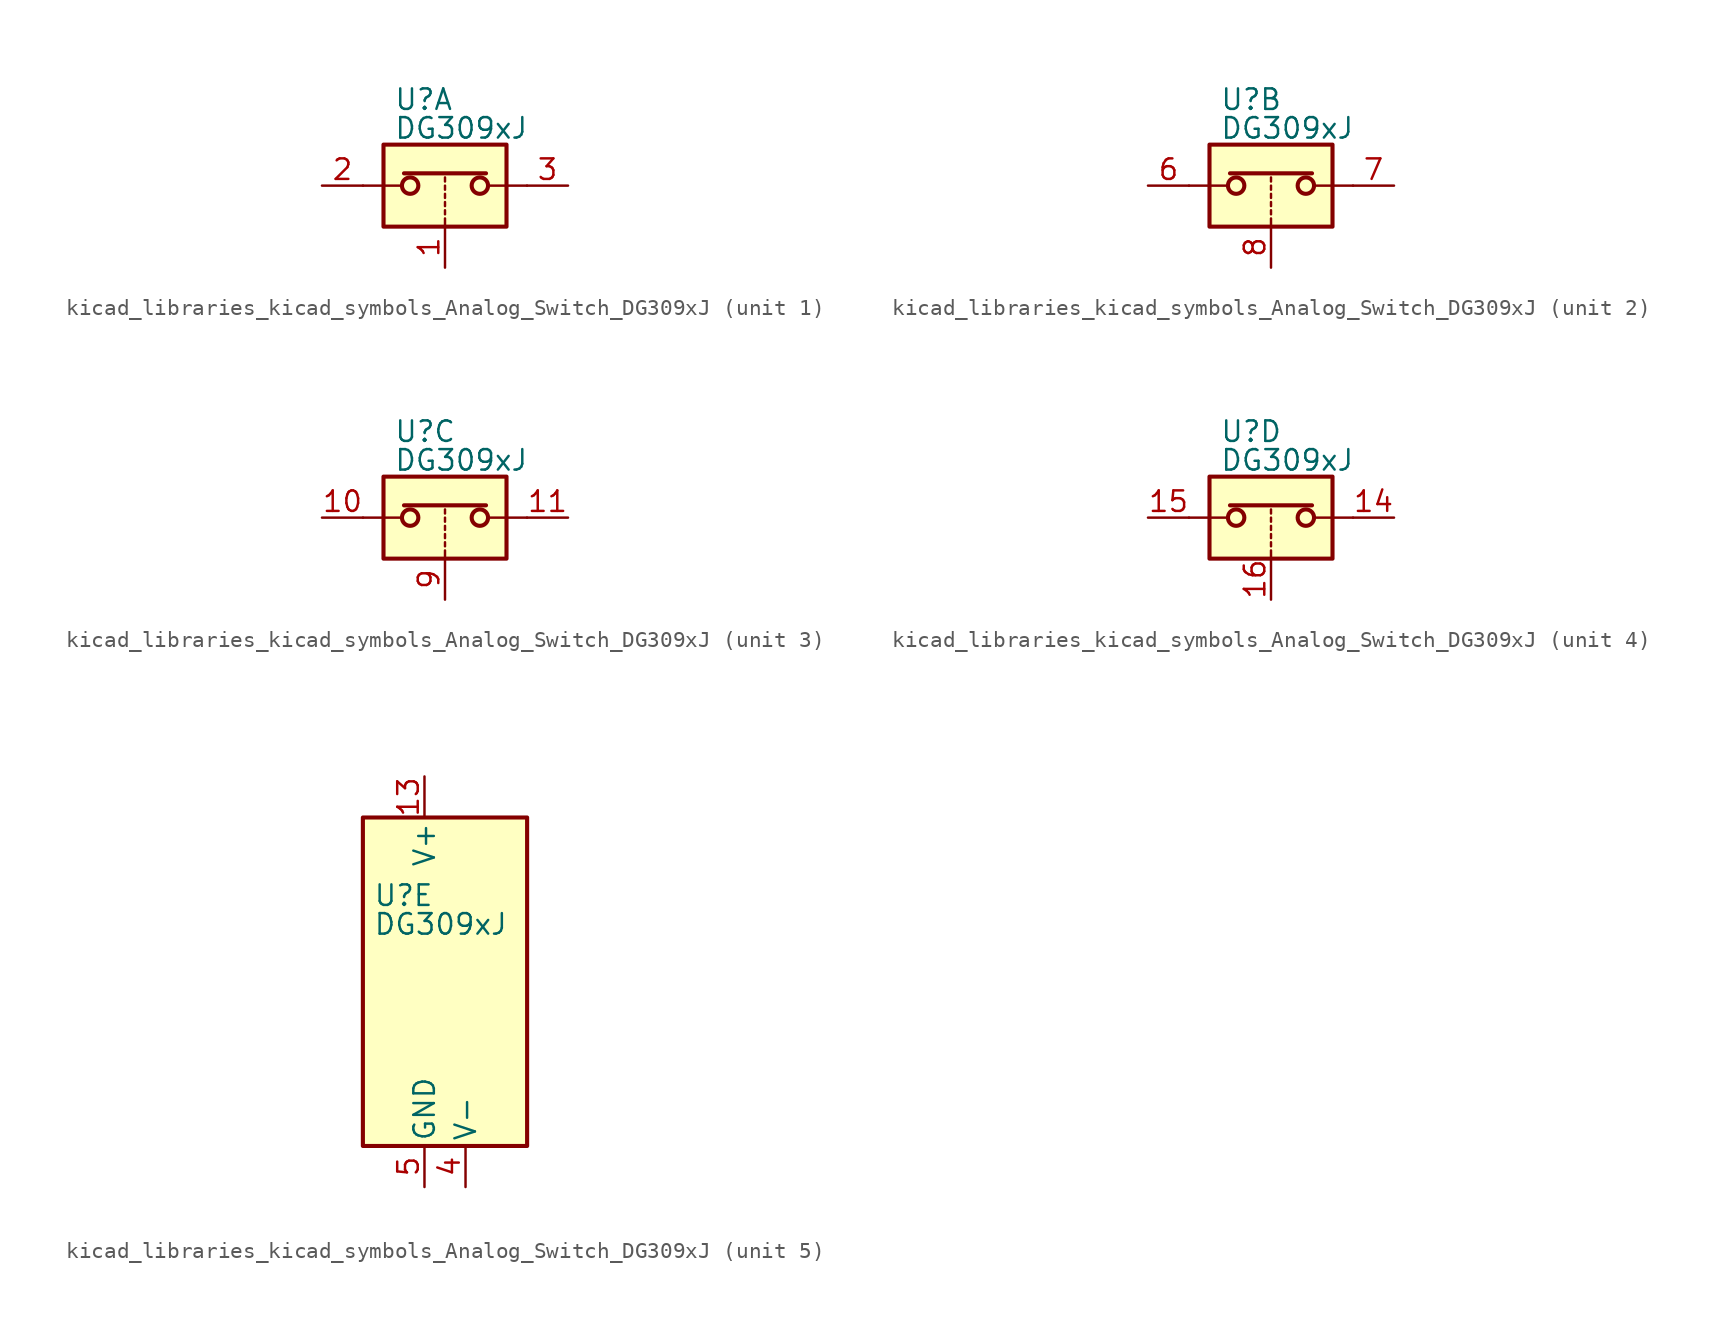
<source format=kicad_sym>
(kicad_symbol_lib
  (version 20220914)
  (generator kicad_symbol_editor)
  (symbol "kicad_libraries_kicad_symbols_Analog_Switch_DG309xJ"
    (pin_names
      (offset 0.254))
    (property "Reference" "U"
      (at -3.175 5.334 0)
      (effects (font (size 1.27 1.27)) (justify left)))
    (property "Value" "DG309xJ"
      (at -3.175 3.556 0)
      (effects (font (size 1.27 1.27)) (justify left)))
    (symbol "kicad_libraries_kicad_symbols_Analog_Switch_DG309xJ_1_1"
      (rectangle (start -3.81 2.54) (end 3.81 -2.54) (stroke (width 0.254) (type default)) (fill (type background)))
      (circle (center -2.159 0) (radius 0.508) (stroke (width 0.254) (type default)) (fill (type none)))
      (polyline (pts (xy -5.08 0) (xy -2.794 0)) (stroke (width 0) (type default)) (fill (type none)))
      (polyline (pts (xy -2.54 0.762) (xy 2.54 0.762)) (stroke (width 0.254) (type default)) (fill (type none)))
      (polyline (pts (xy 0 -2.54) (xy 0 -2.032)) (stroke (width 0) (type default)) (fill (type none)))
      (polyline (pts (xy 0 -1.778) (xy 0 -1.524)) (stroke (width 0) (type default)) (fill (type none)))
      (polyline (pts (xy 0 -1.27) (xy 0 -1.016)) (stroke (width 0) (type default)) (fill (type none)))
      (polyline (pts (xy 0 -0.762) (xy 0 -0.508)) (stroke (width 0) (type default)) (fill (type none)))
      (polyline (pts (xy 0 -0.254) (xy 0 0)) (stroke (width 0) (type default)) (fill (type none)))
      (polyline (pts (xy 0 0.254) (xy 0 0.508)) (stroke (width 0) (type default)) (fill (type none)))
      (polyline (pts (xy 5.08 0) (xy 2.794 0)) (stroke (width 0) (type default)) (fill (type none)))
      (circle (center 2.159 0) (radius 0.508) (stroke (width 0.254) (type default)) (fill (type none)))
      (pin input line (at 0 -5.08 90) (length 2.54) (name "~" (effects (font (size 1.27 1.27)))) (number "1" (effects (font (size 1.27 1.27)))))
      (pin passive line (at -7.62 0 0) (length 2.54) (name "~" (effects (font (size 1.27 1.27)))) (number "2" (effects (font (size 1.27 1.27)))))
      (pin passive line (at 7.62 0 180) (length 2.54) (name "~" (effects (font (size 1.27 1.27)))) (number "3" (effects (font (size 1.27 1.27))))))
    (symbol "kicad_libraries_kicad_symbols_Analog_Switch_DG309xJ_2_1"
      (rectangle (start -3.81 2.54) (end 3.81 -2.54) (stroke (width 0.254) (type default)) (fill (type background)))
      (circle (center -2.159 0) (radius 0.508) (stroke (width 0.254) (type default)) (fill (type none)))
      (polyline (pts (xy -5.08 0) (xy -2.794 0)) (stroke (width 0) (type default)) (fill (type none)))
      (polyline (pts (xy -2.54 0.762) (xy 2.54 0.762)) (stroke (width 0.254) (type default)) (fill (type none)))
      (polyline (pts (xy 0 -2.54) (xy 0 -2.032)) (stroke (width 0) (type default)) (fill (type none)))
      (polyline (pts (xy 0 -1.778) (xy 0 -1.524)) (stroke (width 0) (type default)) (fill (type none)))
      (polyline (pts (xy 0 -1.27) (xy 0 -1.016)) (stroke (width 0) (type default)) (fill (type none)))
      (polyline (pts (xy 0 -0.762) (xy 0 -0.508)) (stroke (width 0) (type default)) (fill (type none)))
      (polyline (pts (xy 0 -0.254) (xy 0 0)) (stroke (width 0) (type default)) (fill (type none)))
      (polyline (pts (xy 0 0.254) (xy 0 0.508)) (stroke (width 0) (type default)) (fill (type none)))
      (polyline (pts (xy 5.08 0) (xy 2.794 0)) (stroke (width 0) (type default)) (fill (type none)))
      (circle (center 2.159 0) (radius 0.508) (stroke (width 0.254) (type default)) (fill (type none)))
      (pin passive line (at -7.62 0 0) (length 2.54) (name "~" (effects (font (size 1.27 1.27)))) (number "6" (effects (font (size 1.27 1.27)))))
      (pin passive line (at 7.62 0 180) (length 2.54) (name "~" (effects (font (size 1.27 1.27)))) (number "7" (effects (font (size 1.27 1.27)))))
      (pin input line (at 0 -5.08 90) (length 2.54) (name "~" (effects (font (size 1.27 1.27)))) (number "8" (effects (font (size 1.27 1.27))))))
    (symbol "kicad_libraries_kicad_symbols_Analog_Switch_DG309xJ_3_1"
      (rectangle (start -3.81 2.54) (end 3.81 -2.54) (stroke (width 0.254) (type default)) (fill (type background)))
      (circle (center -2.159 0) (radius 0.508) (stroke (width 0.254) (type default)) (fill (type none)))
      (polyline (pts (xy -5.08 0) (xy -2.794 0)) (stroke (width 0) (type default)) (fill (type none)))
      (polyline (pts (xy -2.54 0.762) (xy 2.54 0.762)) (stroke (width 0.254) (type default)) (fill (type none)))
      (polyline (pts (xy 0 -2.54) (xy 0 -2.032)) (stroke (width 0) (type default)) (fill (type none)))
      (polyline (pts (xy 0 -1.778) (xy 0 -1.524)) (stroke (width 0) (type default)) (fill (type none)))
      (polyline (pts (xy 0 -1.27) (xy 0 -1.016)) (stroke (width 0) (type default)) (fill (type none)))
      (polyline (pts (xy 0 -0.762) (xy 0 -0.508)) (stroke (width 0) (type default)) (fill (type none)))
      (polyline (pts (xy 0 -0.254) (xy 0 0)) (stroke (width 0) (type default)) (fill (type none)))
      (polyline (pts (xy 0 0.254) (xy 0 0.508)) (stroke (width 0) (type default)) (fill (type none)))
      (polyline (pts (xy 5.08 0) (xy 2.794 0)) (stroke (width 0) (type default)) (fill (type none)))
      (circle (center 2.159 0) (radius 0.508) (stroke (width 0.254) (type default)) (fill (type none)))
      (pin passive line (at -7.62 0 0) (length 2.54) (name "~" (effects (font (size 1.27 1.27)))) (number "10" (effects (font (size 1.27 1.27)))))
      (pin passive line (at 7.62 0 180) (length 2.54) (name "~" (effects (font (size 1.27 1.27)))) (number "11" (effects (font (size 1.27 1.27)))))
      (pin input line (at 0 -5.08 90) (length 2.54) (name "~" (effects (font (size 1.27 1.27)))) (number "9" (effects (font (size 1.27 1.27))))))
    (symbol "kicad_libraries_kicad_symbols_Analog_Switch_DG309xJ_4_1"
      (rectangle (start -3.81 2.54) (end 3.81 -2.54) (stroke (width 0.254) (type default)) (fill (type background)))
      (circle (center -2.159 0) (radius 0.508) (stroke (width 0.254) (type default)) (fill (type none)))
      (polyline (pts (xy -5.08 0) (xy -2.794 0)) (stroke (width 0) (type default)) (fill (type none)))
      (polyline (pts (xy -2.54 0.762) (xy 2.54 0.762)) (stroke (width 0.254) (type default)) (fill (type none)))
      (polyline (pts (xy 0 -2.54) (xy 0 -2.032)) (stroke (width 0) (type default)) (fill (type none)))
      (polyline (pts (xy 0 -1.778) (xy 0 -1.524)) (stroke (width 0) (type default)) (fill (type none)))
      (polyline (pts (xy 0 -1.27) (xy 0 -1.016)) (stroke (width 0) (type default)) (fill (type none)))
      (polyline (pts (xy 0 -0.762) (xy 0 -0.508)) (stroke (width 0) (type default)) (fill (type none)))
      (polyline (pts (xy 0 -0.254) (xy 0 0)) (stroke (width 0) (type default)) (fill (type none)))
      (polyline (pts (xy 0 0.254) (xy 0 0.508)) (stroke (width 0) (type default)) (fill (type none)))
      (polyline (pts (xy 5.08 0) (xy 2.794 0)) (stroke (width 0) (type default)) (fill (type none)))
      (circle (center 2.159 0) (radius 0.508) (stroke (width 0.254) (type default)) (fill (type none)))
      (pin passive line (at 7.62 0 180) (length 2.54) (name "~" (effects (font (size 1.27 1.27)))) (number "14" (effects (font (size 1.27 1.27)))))
      (pin passive line (at -7.62 0 0) (length 2.54) (name "~" (effects (font (size 1.27 1.27)))) (number "15" (effects (font (size 1.27 1.27)))))
      (pin input line (at 0 -5.08 90) (length 2.54) (name "~" (effects (font (size 1.27 1.27)))) (number "16" (effects (font (size 1.27 1.27))))))
    (symbol "kicad_libraries_kicad_symbols_Analog_Switch_DG309xJ_5_0"
      (pin no_connect line (at 2.54 10.16 270) (length 2.54) hide (name "NC" (effects (font (size 1.27 1.27)))) (number "12" (effects (font (size 1.27 1.27)))))
      (pin power_in line (at 0 12.7 270) (length 2.54) (name "V+" (effects (font (size 1.27 1.27)))) (number "13" (effects (font (size 1.27 1.27)))))
      (pin power_in line (at 2.54 -12.7 90) (length 2.54) (name "V-" (effects (font (size 1.27 1.27)))) (number "4" (effects (font (size 1.27 1.27)))))
      (pin power_in line (at 0 -12.7 90) (length 2.54) (name "GND" (effects (font (size 1.27 1.27)))) (number "5" (effects (font (size 1.27 1.27))))))
    (symbol "kicad_libraries_kicad_symbols_Analog_Switch_DG309xJ_5_1"
      (rectangle (start -3.81 10.16) (end 6.35 -10.16) (stroke (width 0.254) (type default)) (fill (type background))))))
</source>
